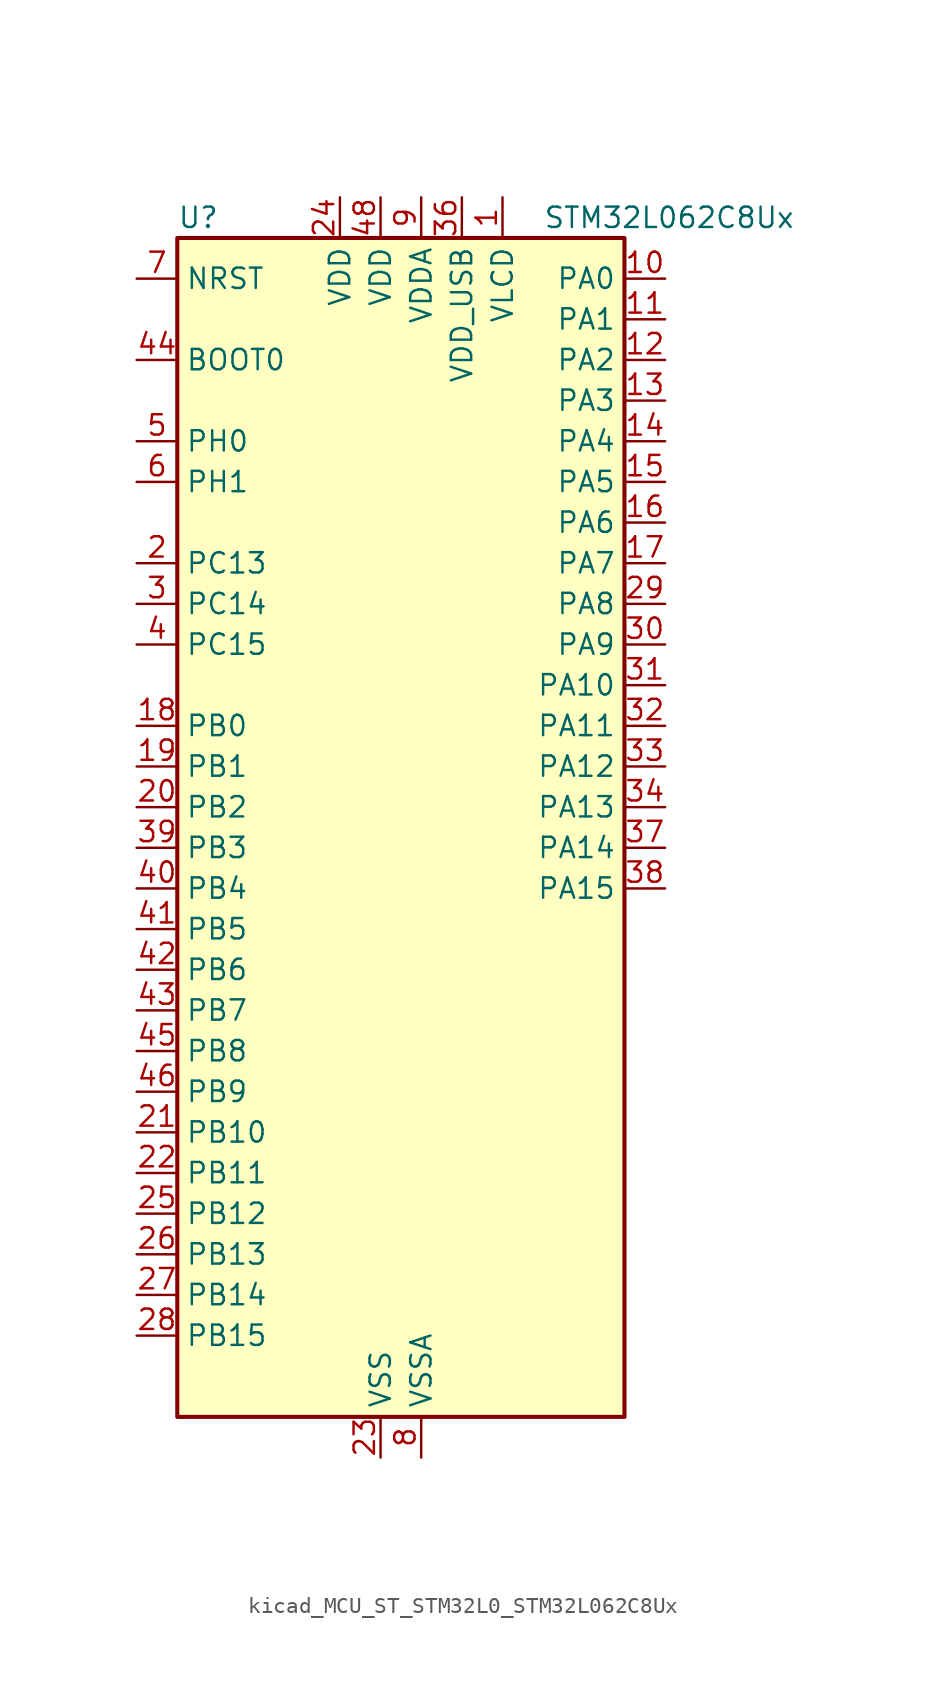
<source format=kicad_sym>
(kicad_symbol_lib
  (version 20220914)
  (generator kicad_symbol_editor)
  (symbol "kicad_MCU_ST_STM32L0_STM32L062C8Ux"
    (property "Reference" "U"
      (at -12.7 39.37 0)
      (effects (font (size 1.27 1.27)) (justify left)))
    (property "Value" "STM32L062C8Ux"
      (at 10.16 39.37 0)
      (effects (font (size 1.27 1.27)) (justify left)))
    (property "ki_locked" ""
      (at 0 0 0)
      (effects (font (size 1.27 1.27))))
    (symbol "kicad_MCU_ST_STM32L0_STM32L062C8Ux_0_1"
      (rectangle (start -12.7 -35.56) (end 15.24 38.1) (stroke (width 0.254) (type default)) (fill (type background))))
    (symbol "kicad_MCU_ST_STM32L0_STM32L062C8Ux_1_1"
      (pin power_in line (at 7.62 40.64 270) (length 2.54) (name "VLCD" (effects (font (size 1.27 1.27)))) (number "1" (effects (font (size 1.27 1.27)))))
      (pin bidirectional line (at 17.78 35.56 180) (length 2.54) (name "PA0" (effects (font (size 1.27 1.27)))) (number "10" (effects (font (size 1.27 1.27)))) (alternate "ADC_IN0" bidirectional line) (alternate "COMP1_INM" bidirectional line) (alternate "COMP1_OUT" bidirectional line) (alternate "RTC_TAMP2" bidirectional line) (alternate "SYS_WKUP1" bidirectional line) (alternate "TIM2_CH1" bidirectional line) (alternate "TIM2_ETR" bidirectional line) (alternate "TSC_G1_IO1" bidirectional line) (alternate "USART2_CTS" bidirectional line))
      (pin bidirectional line (at 17.78 33.02 180) (length 2.54) (name "PA1" (effects (font (size 1.27 1.27)))) (number "11" (effects (font (size 1.27 1.27)))) (alternate "ADC_IN1" bidirectional line) (alternate "COMP1_INP" bidirectional line) (alternate "TIM21_ETR" bidirectional line) (alternate "TIM2_CH2" bidirectional line) (alternate "TSC_G1_IO2" bidirectional line) (alternate "USART2_DE" bidirectional line) (alternate "USART2_RTS" bidirectional line))
      (pin bidirectional line (at 17.78 30.48 180) (length 2.54) (name "PA2" (effects (font (size 1.27 1.27)))) (number "12" (effects (font (size 1.27 1.27)))) (alternate "ADC_IN2" bidirectional line) (alternate "COMP2_INM" bidirectional line) (alternate "COMP2_OUT" bidirectional line) (alternate "TIM21_CH1" bidirectional line) (alternate "TIM2_CH3" bidirectional line) (alternate "TSC_G1_IO3" bidirectional line) (alternate "USART2_TX" bidirectional line))
      (pin bidirectional line (at 17.78 27.94 180) (length 2.54) (name "PA3" (effects (font (size 1.27 1.27)))) (number "13" (effects (font (size 1.27 1.27)))) (alternate "ADC_IN3" bidirectional line) (alternate "COMP2_INP" bidirectional line) (alternate "TIM21_CH2" bidirectional line) (alternate "TIM2_CH4" bidirectional line) (alternate "TSC_G1_IO4" bidirectional line) (alternate "USART2_RX" bidirectional line))
      (pin bidirectional line (at 17.78 25.4 180) (length 2.54) (name "PA4" (effects (font (size 1.27 1.27)))) (number "14" (effects (font (size 1.27 1.27)))) (alternate "ADC_IN4" bidirectional line) (alternate "COMP1_INM" bidirectional line) (alternate "COMP2_INM" bidirectional line) (alternate "DAC_OUT1" bidirectional line) (alternate "SPI1_NSS" bidirectional line) (alternate "TIM22_ETR" bidirectional line) (alternate "TSC_G2_IO1" bidirectional line) (alternate "USART2_CK" bidirectional line))
      (pin bidirectional line (at 17.78 22.86 180) (length 2.54) (name "PA5" (effects (font (size 1.27 1.27)))) (number "15" (effects (font (size 1.27 1.27)))) (alternate "ADC_IN5" bidirectional line) (alternate "COMP1_INM" bidirectional line) (alternate "COMP2_INM" bidirectional line) (alternate "SPI1_SCK" bidirectional line) (alternate "TIM2_CH1" bidirectional line) (alternate "TIM2_ETR" bidirectional line) (alternate "TSC_G2_IO2" bidirectional line))
      (pin bidirectional line (at 17.78 20.32 180) (length 2.54) (name "PA6" (effects (font (size 1.27 1.27)))) (number "16" (effects (font (size 1.27 1.27)))) (alternate "ADC_IN6" bidirectional line) (alternate "COMP1_OUT" bidirectional line) (alternate "LPUART1_CTS" bidirectional line) (alternate "SPI1_MISO" bidirectional line) (alternate "TIM22_CH1" bidirectional line) (alternate "TSC_G2_IO3" bidirectional line))
      (pin bidirectional line (at 17.78 17.78 180) (length 2.54) (name "PA7" (effects (font (size 1.27 1.27)))) (number "17" (effects (font (size 1.27 1.27)))) (alternate "ADC_IN7" bidirectional line) (alternate "COMP2_OUT" bidirectional line) (alternate "SPI1_MOSI" bidirectional line) (alternate "TIM22_CH2" bidirectional line) (alternate "TSC_G2_IO4" bidirectional line))
      (pin bidirectional line (at -15.24 7.62 0) (length 2.54) (name "PB0" (effects (font (size 1.27 1.27)))) (number "18" (effects (font (size 1.27 1.27)))) (alternate "ADC_IN8" bidirectional line) (alternate "SYS_VREF_OUT_PB0" bidirectional line) (alternate "TSC_G3_IO2" bidirectional line))
      (pin bidirectional line (at -15.24 5.08 0) (length 2.54) (name "PB1" (effects (font (size 1.27 1.27)))) (number "19" (effects (font (size 1.27 1.27)))) (alternate "ADC_IN9" bidirectional line) (alternate "LPUART1_DE" bidirectional line) (alternate "LPUART1_RTS" bidirectional line) (alternate "SYS_VREF_OUT_PB1" bidirectional line) (alternate "TSC_G3_IO3" bidirectional line))
      (pin bidirectional line (at -15.24 17.78 0) (length 2.54) (name "PC13" (effects (font (size 1.27 1.27)))) (number "2" (effects (font (size 1.27 1.27)))) (alternate "RTC_OUT_ALARM" bidirectional line) (alternate "RTC_OUT_CALIB" bidirectional line) (alternate "RTC_TAMP1" bidirectional line) (alternate "RTC_TS" bidirectional line) (alternate "SYS_WKUP2" bidirectional line))
      (pin bidirectional line (at -15.24 2.54 0) (length 2.54) (name "PB2" (effects (font (size 1.27 1.27)))) (number "20" (effects (font (size 1.27 1.27)))) (alternate "LPTIM1_OUT" bidirectional line) (alternate "TSC_G3_IO4" bidirectional line))
      (pin bidirectional line (at -15.24 -17.78 0) (length 2.54) (name "PB10" (effects (font (size 1.27 1.27)))) (number "21" (effects (font (size 1.27 1.27)))) (alternate "I2C2_SCL" bidirectional line) (alternate "LPUART1_TX" bidirectional line) (alternate "SPI2_SCK" bidirectional line) (alternate "TIM2_CH3" bidirectional line) (alternate "TSC_SYNC" bidirectional line))
      (pin bidirectional line (at -15.24 -20.32 0) (length 2.54) (name "PB11" (effects (font (size 1.27 1.27)))) (number "22" (effects (font (size 1.27 1.27)))) (alternate "ADC_EXTI11" bidirectional line) (alternate "I2C2_SDA" bidirectional line) (alternate "LPUART1_RX" bidirectional line) (alternate "TIM2_CH4" bidirectional line) (alternate "TSC_G6_IO1" bidirectional line))
      (pin power_in line (at 0 -38.1 90) (length 2.54) (name "VSS" (effects (font (size 1.27 1.27)))) (number "23" (effects (font (size 1.27 1.27)))))
      (pin power_in line (at -2.54 40.64 270) (length 2.54) (name "VDD" (effects (font (size 1.27 1.27)))) (number "24" (effects (font (size 1.27 1.27)))))
      (pin bidirectional line (at -15.24 -22.86 0) (length 2.54) (name "PB12" (effects (font (size 1.27 1.27)))) (number "25" (effects (font (size 1.27 1.27)))) (alternate "I2S2_WS" bidirectional line) (alternate "LPUART1_DE" bidirectional line) (alternate "LPUART1_RTS" bidirectional line) (alternate "SPI2_NSS" bidirectional line) (alternate "TSC_G6_IO2" bidirectional line))
      (pin bidirectional line (at -15.24 -25.4 0) (length 2.54) (name "PB13" (effects (font (size 1.27 1.27)))) (number "26" (effects (font (size 1.27 1.27)))) (alternate "I2C2_SCL" bidirectional line) (alternate "I2S2_CK" bidirectional line) (alternate "LPUART1_CTS" bidirectional line) (alternate "SPI2_SCK" bidirectional line) (alternate "TIM21_CH1" bidirectional line) (alternate "TSC_G6_IO3" bidirectional line))
      (pin bidirectional line (at -15.24 -27.94 0) (length 2.54) (name "PB14" (effects (font (size 1.27 1.27)))) (number "27" (effects (font (size 1.27 1.27)))) (alternate "I2C2_SDA" bidirectional line) (alternate "I2S2_MCK" bidirectional line) (alternate "LPUART1_DE" bidirectional line) (alternate "LPUART1_RTS" bidirectional line) (alternate "RTC_OUT_ALARM" bidirectional line) (alternate "RTC_OUT_CALIB" bidirectional line) (alternate "SPI2_MISO" bidirectional line) (alternate "TIM21_CH2" bidirectional line) (alternate "TSC_G6_IO4" bidirectional line))
      (pin bidirectional line (at -15.24 -30.48 0) (length 2.54) (name "PB15" (effects (font (size 1.27 1.27)))) (number "28" (effects (font (size 1.27 1.27)))) (alternate "I2S2_SD" bidirectional line) (alternate "RTC_REFIN" bidirectional line) (alternate "SPI2_MOSI" bidirectional line))
      (pin bidirectional line (at 17.78 15.24 180) (length 2.54) (name "PA8" (effects (font (size 1.27 1.27)))) (number "29" (effects (font (size 1.27 1.27)))) (alternate "CRS_SYNC" bidirectional line) (alternate "RCC_MCO" bidirectional line) (alternate "USART1_CK" bidirectional line))
      (pin bidirectional line (at -15.24 15.24 0) (length 2.54) (name "PC14" (effects (font (size 1.27 1.27)))) (number "3" (effects (font (size 1.27 1.27)))) (alternate "RCC_OSC32_IN" bidirectional line))
      (pin bidirectional line (at 17.78 12.7 180) (length 2.54) (name "PA9" (effects (font (size 1.27 1.27)))) (number "30" (effects (font (size 1.27 1.27)))) (alternate "DAC_EXTI9" bidirectional line) (alternate "RCC_MCO" bidirectional line) (alternate "TSC_G4_IO1" bidirectional line) (alternate "USART1_TX" bidirectional line))
      (pin bidirectional line (at 17.78 10.16 180) (length 2.54) (name "PA10" (effects (font (size 1.27 1.27)))) (number "31" (effects (font (size 1.27 1.27)))) (alternate "TSC_G4_IO2" bidirectional line) (alternate "USART1_RX" bidirectional line))
      (pin bidirectional line (at 17.78 7.62 180) (length 2.54) (name "PA11" (effects (font (size 1.27 1.27)))) (number "32" (effects (font (size 1.27 1.27)))) (alternate "ADC_EXTI11" bidirectional line) (alternate "COMP1_OUT" bidirectional line) (alternate "SPI1_MISO" bidirectional line) (alternate "TSC_G4_IO3" bidirectional line) (alternate "USART1_CTS" bidirectional line) (alternate "USB_DM" bidirectional line))
      (pin bidirectional line (at 17.78 5.08 180) (length 2.54) (name "PA12" (effects (font (size 1.27 1.27)))) (number "33" (effects (font (size 1.27 1.27)))) (alternate "COMP2_OUT" bidirectional line) (alternate "SPI1_MOSI" bidirectional line) (alternate "TSC_G4_IO4" bidirectional line) (alternate "USART1_DE" bidirectional line) (alternate "USART1_RTS" bidirectional line) (alternate "USB_DP" bidirectional line))
      (pin bidirectional line (at 17.78 2.54 180) (length 2.54) (name "PA13" (effects (font (size 1.27 1.27)))) (number "34" (effects (font (size 1.27 1.27)))) (alternate "SYS_SWDIO" bidirectional line) (alternate "USB_NOE" bidirectional line))
      (pin passive line (at 0 -38.1 90) (length 2.54) hide (name "VSS" (effects (font (size 1.27 1.27)))) (number "35" (effects (font (size 1.27 1.27)))))
      (pin power_in line (at 5.08 40.64 270) (length 2.54) (name "VDD_USB" (effects (font (size 1.27 1.27)))) (number "36" (effects (font (size 1.27 1.27)))))
      (pin bidirectional line (at 17.78 0 180) (length 2.54) (name "PA14" (effects (font (size 1.27 1.27)))) (number "37" (effects (font (size 1.27 1.27)))) (alternate "SYS_SWCLK" bidirectional line) (alternate "USART2_TX" bidirectional line))
      (pin bidirectional line (at 17.78 -2.54 180) (length 2.54) (name "PA15" (effects (font (size 1.27 1.27)))) (number "38" (effects (font (size 1.27 1.27)))) (alternate "SPI1_NSS" bidirectional line) (alternate "TIM2_CH1" bidirectional line) (alternate "TIM2_ETR" bidirectional line) (alternate "USART2_RX" bidirectional line))
      (pin bidirectional line (at -15.24 0 0) (length 2.54) (name "PB3" (effects (font (size 1.27 1.27)))) (number "39" (effects (font (size 1.27 1.27)))) (alternate "COMP2_INM" bidirectional line) (alternate "SPI1_SCK" bidirectional line) (alternate "TIM2_CH2" bidirectional line) (alternate "TSC_G5_IO1" bidirectional line))
      (pin bidirectional line (at -15.24 12.7 0) (length 2.54) (name "PC15" (effects (font (size 1.27 1.27)))) (number "4" (effects (font (size 1.27 1.27)))) (alternate "RCC_OSC32_OUT" bidirectional line))
      (pin bidirectional line (at -15.24 -2.54 0) (length 2.54) (name "PB4" (effects (font (size 1.27 1.27)))) (number "40" (effects (font (size 1.27 1.27)))) (alternate "COMP2_INP" bidirectional line) (alternate "SPI1_MISO" bidirectional line) (alternate "TIM22_CH1" bidirectional line) (alternate "TSC_G5_IO2" bidirectional line))
      (pin bidirectional line (at -15.24 -5.08 0) (length 2.54) (name "PB5" (effects (font (size 1.27 1.27)))) (number "41" (effects (font (size 1.27 1.27)))) (alternate "COMP2_INP" bidirectional line) (alternate "I2C1_SMBA" bidirectional line) (alternate "LPTIM1_IN1" bidirectional line) (alternate "SPI1_MOSI" bidirectional line) (alternate "TIM22_CH2" bidirectional line))
      (pin bidirectional line (at -15.24 -7.62 0) (length 2.54) (name "PB6" (effects (font (size 1.27 1.27)))) (number "42" (effects (font (size 1.27 1.27)))) (alternate "COMP2_INP" bidirectional line) (alternate "I2C1_SCL" bidirectional line) (alternate "LPTIM1_ETR" bidirectional line) (alternate "TSC_G5_IO3" bidirectional line) (alternate "USART1_TX" bidirectional line))
      (pin bidirectional line (at -15.24 -10.16 0) (length 2.54) (name "PB7" (effects (font (size 1.27 1.27)))) (number "43" (effects (font (size 1.27 1.27)))) (alternate "COMP2_INP" bidirectional line) (alternate "I2C1_SDA" bidirectional line) (alternate "LPTIM1_IN2" bidirectional line) (alternate "SYS_PVD_IN" bidirectional line) (alternate "TSC_G5_IO4" bidirectional line) (alternate "USART1_RX" bidirectional line))
      (pin input line (at -15.24 30.48 0) (length 2.54) (name "BOOT0" (effects (font (size 1.27 1.27)))) (number "44" (effects (font (size 1.27 1.27)))))
      (pin bidirectional line (at -15.24 -12.7 0) (length 2.54) (name "PB8" (effects (font (size 1.27 1.27)))) (number "45" (effects (font (size 1.27 1.27)))) (alternate "I2C1_SCL" bidirectional line) (alternate "TSC_SYNC" bidirectional line))
      (pin bidirectional line (at -15.24 -15.24 0) (length 2.54) (name "PB9" (effects (font (size 1.27 1.27)))) (number "46" (effects (font (size 1.27 1.27)))) (alternate "DAC_EXTI9" bidirectional line) (alternate "I2C1_SDA" bidirectional line) (alternate "I2S2_WS" bidirectional line) (alternate "SPI2_NSS" bidirectional line))
      (pin passive line (at 0 -38.1 90) (length 2.54) hide (name "VSS" (effects (font (size 1.27 1.27)))) (number "47" (effects (font (size 1.27 1.27)))))
      (pin power_in line (at 0 40.64 270) (length 2.54) (name "VDD" (effects (font (size 1.27 1.27)))) (number "48" (effects (font (size 1.27 1.27)))))
      (pin passive line (at 0 -38.1 90) (length 2.54) hide (name "VSS" (effects (font (size 1.27 1.27)))) (number "49" (effects (font (size 1.27 1.27)))))
      (pin bidirectional line (at -15.24 25.4 0) (length 2.54) (name "PH0" (effects (font (size 1.27 1.27)))) (number "5" (effects (font (size 1.27 1.27)))) (alternate "CRS_SYNC" bidirectional line) (alternate "RCC_OSC_IN" bidirectional line))
      (pin bidirectional line (at -15.24 22.86 0) (length 2.54) (name "PH1" (effects (font (size 1.27 1.27)))) (number "6" (effects (font (size 1.27 1.27)))) (alternate "RCC_OSC_OUT" bidirectional line))
      (pin input line (at -15.24 35.56 0) (length 2.54) (name "NRST" (effects (font (size 1.27 1.27)))) (number "7" (effects (font (size 1.27 1.27)))))
      (pin power_in line (at 2.54 -38.1 90) (length 2.54) (name "VSSA" (effects (font (size 1.27 1.27)))) (number "8" (effects (font (size 1.27 1.27)))))
      (pin power_in line (at 2.54 40.64 270) (length 2.54) (name "VDDA" (effects (font (size 1.27 1.27)))) (number "9" (effects (font (size 1.27 1.27))))))))
</source>
